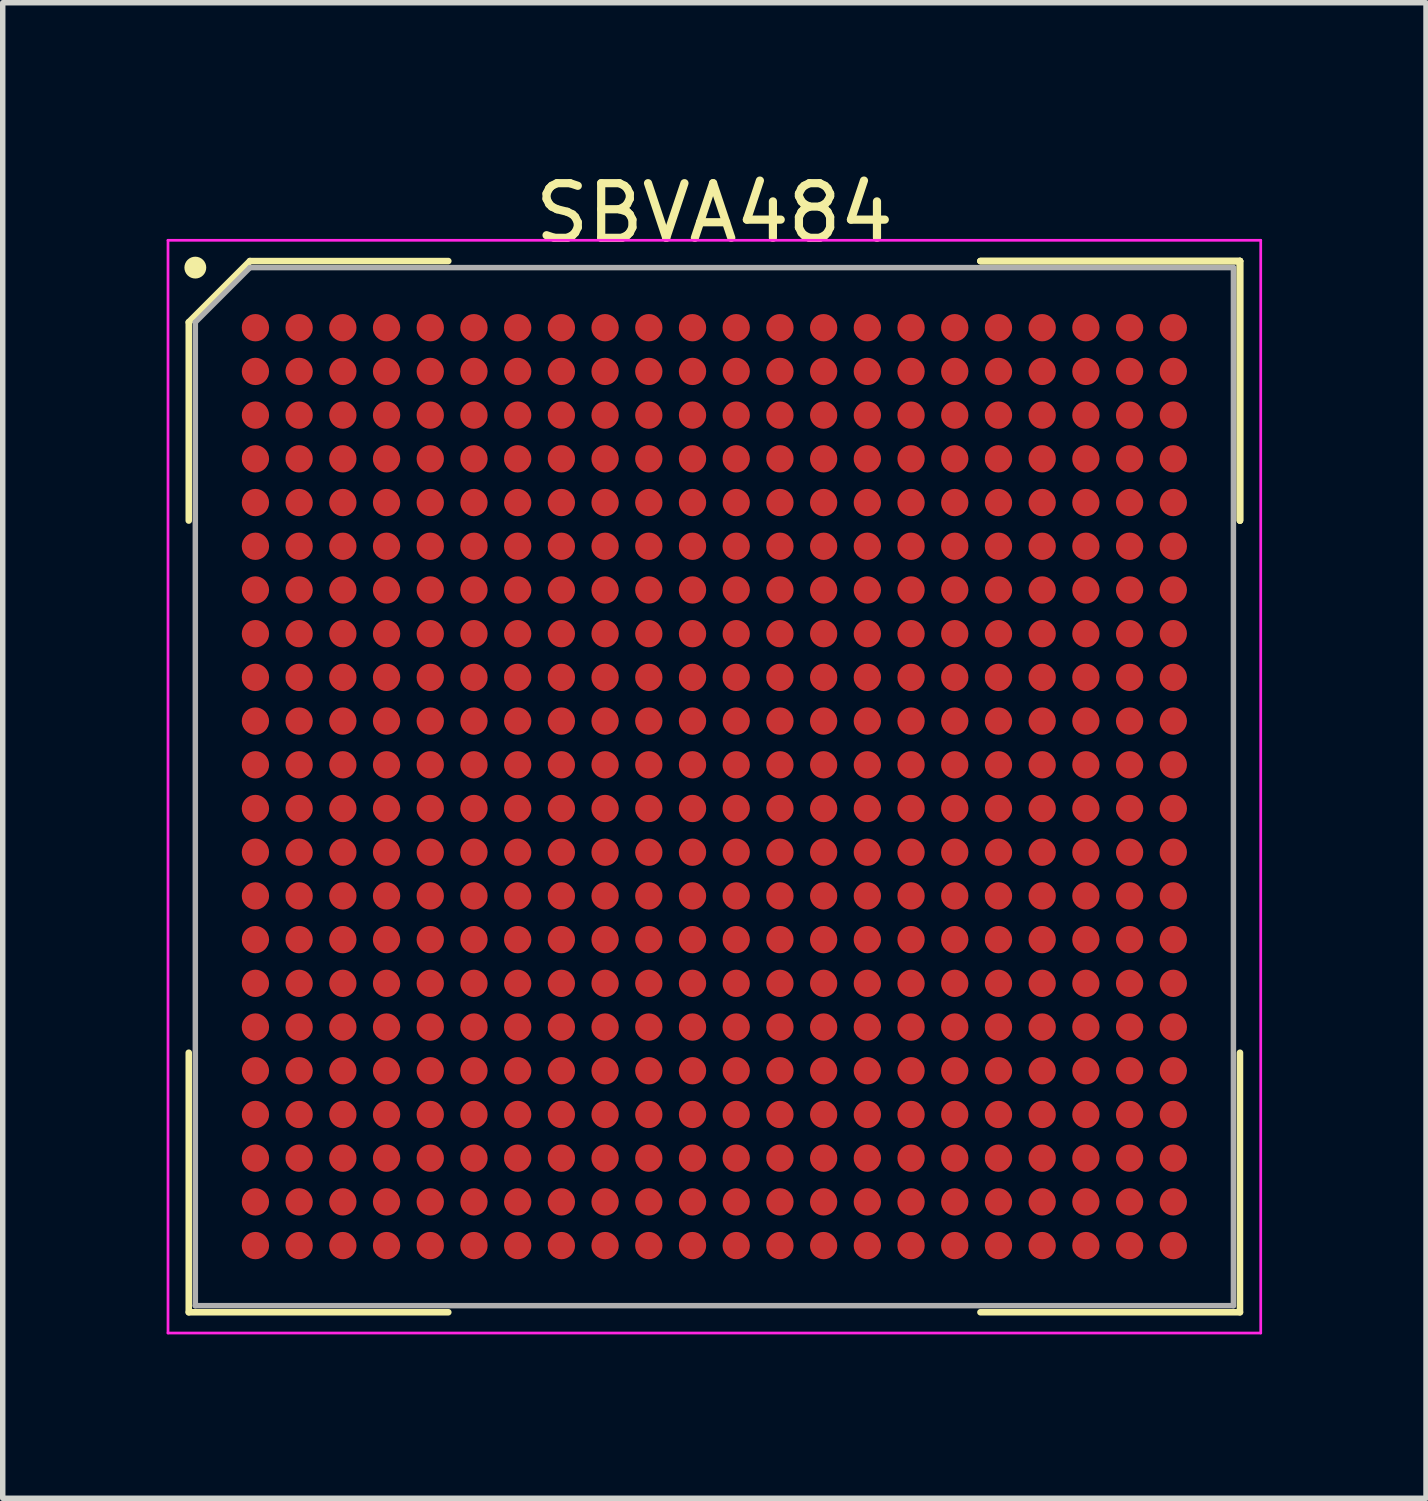
<source format=kicad_pcb>
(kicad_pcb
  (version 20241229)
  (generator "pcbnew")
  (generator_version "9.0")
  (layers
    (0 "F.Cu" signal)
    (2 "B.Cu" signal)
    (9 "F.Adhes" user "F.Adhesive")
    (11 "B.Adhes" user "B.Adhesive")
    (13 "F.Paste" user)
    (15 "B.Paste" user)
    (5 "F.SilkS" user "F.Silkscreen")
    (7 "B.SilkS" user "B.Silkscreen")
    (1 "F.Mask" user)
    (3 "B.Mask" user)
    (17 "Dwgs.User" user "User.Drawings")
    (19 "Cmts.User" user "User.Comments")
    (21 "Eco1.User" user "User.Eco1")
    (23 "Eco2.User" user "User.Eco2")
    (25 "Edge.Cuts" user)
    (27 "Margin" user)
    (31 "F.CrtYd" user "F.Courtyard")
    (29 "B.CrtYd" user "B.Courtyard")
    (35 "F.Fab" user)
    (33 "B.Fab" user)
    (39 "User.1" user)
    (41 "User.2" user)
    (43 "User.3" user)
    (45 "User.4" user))
  (footprint "SBVA484"
    (layer "F.Cu")
    (at 10.025 11.348)
    (property "Reference" "SBVA484" (at 0 -10.5 0) (layer "F.SilkS") (effects (font (size 1 1) (thickness 0.15))))
    (attr smd)
    (fp_line (start -9.62 -8.5) (end -9.62 -4.87) (stroke (width 0.12) (type solid)) (layer "F.SilkS"))
    (fp_line (start -9.62 9.62) (end -9.62 4.87) (stroke (width 0.12) (type solid)) (layer "F.SilkS"))
    (fp_line (start -8.5 -9.62) (end -9.62 -8.5) (stroke (width 0.12) (type solid)) (layer "F.SilkS"))
    (fp_line (start -4.87 -9.62) (end -8.5 -9.62) (stroke (width 0.12) (type solid)) (layer "F.SilkS"))
    (fp_line (start -4.87 9.62) (end -9.62 9.62) (stroke (width 0.12) (type solid)) (layer "F.SilkS"))
    (fp_line (start 4.87 -9.62) (end 9.62 -9.62) (stroke (width 0.12) (type solid)) (layer "F.SilkS"))
    (fp_line (start 4.87 -9.62) (end 9.62 -9.62) (stroke (width 0.12) (type solid)) (layer "F.SilkS"))
    (fp_line (start 4.87 -9.62) (end 9.62 -9.62) (stroke (width 0.12) (type solid)) (layer "F.SilkS"))
    (fp_line (start 4.87 9.62) (end 9.62 9.62) (stroke (width 0.12) (type solid)) (layer "F.SilkS"))
    (fp_line (start 9.62 -9.62) (end 9.62 -4.87) (stroke (width 0.12) (type solid)) (layer "F.SilkS"))
    (fp_line (start 9.62 -9.62) (end 9.62 -4.87) (stroke (width 0.12) (type solid)) (layer "F.SilkS"))
    (fp_line (start 9.62 -9.62) (end 9.62 -4.87) (stroke (width 0.12) (type solid)) (layer "F.SilkS"))
    (fp_line (start 9.62 9.62) (end 9.62 4.87) (stroke (width 0.12) (type solid)) (layer "F.SilkS"))
    (fp_circle (center -9.5 -9.5) (end -9.5 -9.4) (stroke (width 0.2) (type solid)) (fill no) (layer "F.SilkS"))
    (fp_line (start -10 -10) (end 10 -10) (stroke (width 0.05) (type solid)) (layer "F.CrtYd"))
    (fp_line (start -10 10) (end -10 -10) (stroke (width 0.05) (type solid)) (layer "F.CrtYd"))
    (fp_line (start 10 -10) (end 10 10) (stroke (width 0.05) (type solid)) (layer "F.CrtYd"))
    (fp_line (start 10 10) (end -10 10) (stroke (width 0.05) (type solid)) (layer "F.CrtYd"))
    (fp_line (start -9.5 -8.5) (end -9.5 9.5) (stroke (width 0.1) (type solid)) (layer "F.Fab"))
    (fp_line (start -9.5 9.5) (end 9.5 9.5) (stroke (width 0.1) (type solid)) (layer "F.Fab"))
    (fp_line (start -8.5 -9.5) (end -9.5 -8.5) (stroke (width 0.1) (type solid)) (layer "F.Fab"))
    (fp_line (start 9.5 -9.5) (end -8.5 -9.5) (stroke (width 0.1) (type solid)) (layer "F.Fab"))
    (fp_line (start 9.5 9.5) (end 9.5 -9.5) (stroke (width 0.1) (type solid)) (layer "F.Fab"))
    (pad "A1" smd circle (at -8.4 -8.4) (size 0.5 0.5) (layers "F.Cu" "F.Mask" "F.Paste"))
    (pad "A2" smd circle (at -7.6 -8.4) (size 0.5 0.5) (layers "F.Cu" "F.Mask" "F.Paste"))
    (pad "A3" smd circle (at -6.8 -8.4) (size 0.5 0.5) (layers "F.Cu" "F.Mask" "F.Paste"))
    (pad "A4" smd circle (at -6 -8.4) (size 0.5 0.5) (layers "F.Cu" "F.Mask" "F.Paste"))
    (pad "A5" smd circle (at -5.2 -8.4) (size 0.5 0.5) (layers "F.Cu" "F.Mask" "F.Paste"))
    (pad "A6" smd circle (at -4.4 -8.4) (size 0.5 0.5) (layers "F.Cu" "F.Mask" "F.Paste"))
    (pad "A7" smd circle (at -3.6 -8.4) (size 0.5 0.5) (layers "F.Cu" "F.Mask" "F.Paste"))
    (pad "A8" smd circle (at -2.8 -8.4) (size 0.5 0.5) (layers "F.Cu" "F.Mask" "F.Paste"))
    (pad "A9" smd circle (at -2 -8.4) (size 0.5 0.5) (layers "F.Cu" "F.Mask" "F.Paste"))
    (pad "A10" smd circle (at -1.2 -8.4) (size 0.5 0.5) (layers "F.Cu" "F.Mask" "F.Paste"))
    (pad "A11" smd circle (at -0.4 -8.4) (size 0.5 0.5) (layers "F.Cu" "F.Mask" "F.Paste"))
    (pad "A12" smd circle (at 0.4 -8.4) (size 0.5 0.5) (layers "F.Cu" "F.Mask" "F.Paste"))
    (pad "A13" smd circle (at 1.2 -8.4) (size 0.5 0.5) (layers "F.Cu" "F.Mask" "F.Paste"))
    (pad "A14" smd circle (at 2 -8.4) (size 0.5 0.5) (layers "F.Cu" "F.Mask" "F.Paste"))
    (pad "A15" smd circle (at 2.8 -8.4) (size 0.5 0.5) (layers "F.Cu" "F.Mask" "F.Paste"))
    (pad "A16" smd circle (at 3.6 -8.4) (size 0.5 0.5) (layers "F.Cu" "F.Mask" "F.Paste"))
    (pad "A17" smd circle (at 4.4 -8.4) (size 0.5 0.5) (layers "F.Cu" "F.Mask" "F.Paste"))
    (pad "A18" smd circle (at 5.2 -8.4) (size 0.5 0.5) (layers "F.Cu" "F.Mask" "F.Paste"))
    (pad "A19" smd circle (at 6 -8.4) (size 0.5 0.5) (layers "F.Cu" "F.Mask" "F.Paste"))
    (pad "A20" smd circle (at 6.8 -8.4) (size 0.5 0.5) (layers "F.Cu" "F.Mask" "F.Paste"))
    (pad "A21" smd circle (at 7.6 -8.4) (size 0.5 0.5) (layers "F.Cu" "F.Mask" "F.Paste"))
    (pad "A22" smd circle (at 8.4 -8.4) (size 0.5 0.5) (layers "F.Cu" "F.Mask" "F.Paste"))
    (pad "AA1" smd circle (at -8.4 7.6) (size 0.5 0.5) (layers "F.Cu" "F.Mask" "F.Paste"))
    (pad "AA2" smd circle (at -7.6 7.6) (size 0.5 0.5) (layers "F.Cu" "F.Mask" "F.Paste"))
    (pad "AA3" smd circle (at -6.8 7.6) (size 0.5 0.5) (layers "F.Cu" "F.Mask" "F.Paste"))
    (pad "AA4" smd circle (at -6 7.6) (size 0.5 0.5) (layers "F.Cu" "F.Mask" "F.Paste"))
    (pad "AA5" smd circle (at -5.2 7.6) (size 0.5 0.5) (layers "F.Cu" "F.Mask" "F.Paste"))
    (pad "AA6" smd circle (at -4.4 7.6) (size 0.5 0.5) (layers "F.Cu" "F.Mask" "F.Paste"))
    (pad "AA7" smd circle (at -3.6 7.6) (size 0.5 0.5) (layers "F.Cu" "F.Mask" "F.Paste"))
    (pad "AA8" smd circle (at -2.8 7.6) (size 0.5 0.5) (layers "F.Cu" "F.Mask" "F.Paste"))
    (pad "AA9" smd circle (at -2 7.6) (size 0.5 0.5) (layers "F.Cu" "F.Mask" "F.Paste"))
    (pad "AA10" smd circle (at -1.2 7.6) (size 0.5 0.5) (layers "F.Cu" "F.Mask" "F.Paste"))
    (pad "AA11" smd circle (at -0.4 7.6) (size 0.5 0.5) (layers "F.Cu" "F.Mask" "F.Paste"))
    (pad "AA12" smd circle (at 0.4 7.6) (size 0.5 0.5) (layers "F.Cu" "F.Mask" "F.Paste"))
    (pad "AA13" smd circle (at 1.2 7.6) (size 0.5 0.5) (layers "F.Cu" "F.Mask" "F.Paste"))
    (pad "AA14" smd circle (at 2 7.6) (size 0.5 0.5) (layers "F.Cu" "F.Mask" "F.Paste"))
    (pad "AA15" smd circle (at 2.8 7.6) (size 0.5 0.5) (layers "F.Cu" "F.Mask" "F.Paste"))
    (pad "AA16" smd circle (at 3.6 7.6) (size 0.5 0.5) (layers "F.Cu" "F.Mask" "F.Paste"))
    (pad "AA17" smd circle (at 4.4 7.6) (size 0.5 0.5) (layers "F.Cu" "F.Mask" "F.Paste"))
    (pad "AA18" smd circle (at 5.2 7.6) (size 0.5 0.5) (layers "F.Cu" "F.Mask" "F.Paste"))
    (pad "AA19" smd circle (at 6 7.6) (size 0.5 0.5) (layers "F.Cu" "F.Mask" "F.Paste"))
    (pad "AA20" smd circle (at 6.8 7.6) (size 0.5 0.5) (layers "F.Cu" "F.Mask" "F.Paste"))
    (pad "AA21" smd circle (at 7.6 7.6) (size 0.5 0.5) (layers "F.Cu" "F.Mask" "F.Paste"))
    (pad "AA22" smd circle (at 8.4 7.6) (size 0.5 0.5) (layers "F.Cu" "F.Mask" "F.Paste"))
    (pad "AB1" smd circle (at -8.4 8.4) (size 0.5 0.5) (layers "F.Cu" "F.Mask" "F.Paste"))
    (pad "AB2" smd circle (at -7.6 8.4) (size 0.5 0.5) (layers "F.Cu" "F.Mask" "F.Paste"))
    (pad "AB3" smd circle (at -6.8 8.4) (size 0.5 0.5) (layers "F.Cu" "F.Mask" "F.Paste"))
    (pad "AB4" smd circle (at -6 8.4) (size 0.5 0.5) (layers "F.Cu" "F.Mask" "F.Paste"))
    (pad "AB5" smd circle (at -5.2 8.4) (size 0.5 0.5) (layers "F.Cu" "F.Mask" "F.Paste"))
    (pad "AB6" smd circle (at -4.4 8.4) (size 0.5 0.5) (layers "F.Cu" "F.Mask" "F.Paste"))
    (pad "AB7" smd circle (at -3.6 8.4) (size 0.5 0.5) (layers "F.Cu" "F.Mask" "F.Paste"))
    (pad "AB8" smd circle (at -2.8 8.4) (size 0.5 0.5) (layers "F.Cu" "F.Mask" "F.Paste"))
    (pad "AB9" smd circle (at -2 8.4) (size 0.5 0.5) (layers "F.Cu" "F.Mask" "F.Paste"))
    (pad "AB10" smd circle (at -1.2 8.4) (size 0.5 0.5) (layers "F.Cu" "F.Mask" "F.Paste"))
    (pad "AB11" smd circle (at -0.4 8.4) (size 0.5 0.5) (layers "F.Cu" "F.Mask" "F.Paste"))
    (pad "AB12" smd circle (at 0.4 8.4) (size 0.5 0.5) (layers "F.Cu" "F.Mask" "F.Paste"))
    (pad "AB13" smd circle (at 1.2 8.4) (size 0.5 0.5) (layers "F.Cu" "F.Mask" "F.Paste"))
    (pad "AB14" smd circle (at 2 8.4) (size 0.5 0.5) (layers "F.Cu" "F.Mask" "F.Paste"))
    (pad "AB15" smd circle (at 2.8 8.4) (size 0.5 0.5) (layers "F.Cu" "F.Mask" "F.Paste"))
    (pad "AB16" smd circle (at 3.6 8.4) (size 0.5 0.5) (layers "F.Cu" "F.Mask" "F.Paste"))
    (pad "AB17" smd circle (at 4.4 8.4) (size 0.5 0.5) (layers "F.Cu" "F.Mask" "F.Paste"))
    (pad "AB18" smd circle (at 5.2 8.4) (size 0.5 0.5) (layers "F.Cu" "F.Mask" "F.Paste"))
    (pad "AB19" smd circle (at 6 8.4) (size 0.5 0.5) (layers "F.Cu" "F.Mask" "F.Paste"))
    (pad "AB20" smd circle (at 6.8 8.4) (size 0.5 0.5) (layers "F.Cu" "F.Mask" "F.Paste"))
    (pad "AB21" smd circle (at 7.6 8.4) (size 0.5 0.5) (layers "F.Cu" "F.Mask" "F.Paste"))
    (pad "AB22" smd circle (at 8.4 8.4) (size 0.5 0.5) (layers "F.Cu" "F.Mask" "F.Paste"))
    (pad "B1" smd circle (at -8.4 -7.6) (size 0.5 0.5) (layers "F.Cu" "F.Mask" "F.Paste"))
    (pad "B2" smd circle (at -7.6 -7.6) (size 0.5 0.5) (layers "F.Cu" "F.Mask" "F.Paste"))
    (pad "B3" smd circle (at -6.8 -7.6) (size 0.5 0.5) (layers "F.Cu" "F.Mask" "F.Paste"))
    (pad "B4" smd circle (at -6 -7.6) (size 0.5 0.5) (layers "F.Cu" "F.Mask" "F.Paste"))
    (pad "B5" smd circle (at -5.2 -7.6) (size 0.5 0.5) (layers "F.Cu" "F.Mask" "F.Paste"))
    (pad "B6" smd circle (at -4.4 -7.6) (size 0.5 0.5) (layers "F.Cu" "F.Mask" "F.Paste"))
    (pad "B7" smd circle (at -3.6 -7.6) (size 0.5 0.5) (layers "F.Cu" "F.Mask" "F.Paste"))
    (pad "B8" smd circle (at -2.8 -7.6) (size 0.5 0.5) (layers "F.Cu" "F.Mask" "F.Paste"))
    (pad "B9" smd circle (at -2 -7.6) (size 0.5 0.5) (layers "F.Cu" "F.Mask" "F.Paste"))
    (pad "B10" smd circle (at -1.2 -7.6) (size 0.5 0.5) (layers "F.Cu" "F.Mask" "F.Paste"))
    (pad "B11" smd circle (at -0.4 -7.6) (size 0.5 0.5) (layers "F.Cu" "F.Mask" "F.Paste"))
    (pad "B12" smd circle (at 0.4 -7.6) (size 0.5 0.5) (layers "F.Cu" "F.Mask" "F.Paste"))
    (pad "B13" smd circle (at 1.2 -7.6) (size 0.5 0.5) (layers "F.Cu" "F.Mask" "F.Paste"))
    (pad "B14" smd circle (at 2 -7.6) (size 0.5 0.5) (layers "F.Cu" "F.Mask" "F.Paste"))
    (pad "B15" smd circle (at 2.8 -7.6) (size 0.5 0.5) (layers "F.Cu" "F.Mask" "F.Paste"))
    (pad "B16" smd circle (at 3.6 -7.6) (size 0.5 0.5) (layers "F.Cu" "F.Mask" "F.Paste"))
    (pad "B17" smd circle (at 4.4 -7.6) (size 0.5 0.5) (layers "F.Cu" "F.Mask" "F.Paste"))
    (pad "B18" smd circle (at 5.2 -7.6) (size 0.5 0.5) (layers "F.Cu" "F.Mask" "F.Paste"))
    (pad "B19" smd circle (at 6 -7.6) (size 0.5 0.5) (layers "F.Cu" "F.Mask" "F.Paste"))
    (pad "B20" smd circle (at 6.8 -7.6) (size 0.5 0.5) (layers "F.Cu" "F.Mask" "F.Paste"))
    (pad "B21" smd circle (at 7.6 -7.6) (size 0.5 0.5) (layers "F.Cu" "F.Mask" "F.Paste"))
    (pad "B22" smd circle (at 8.4 -7.6) (size 0.5 0.5) (layers "F.Cu" "F.Mask" "F.Paste"))
    (pad "C1" smd circle (at -8.4 -6.8) (size 0.5 0.5) (layers "F.Cu" "F.Mask" "F.Paste"))
    (pad "C2" smd circle (at -7.6 -6.8) (size 0.5 0.5) (layers "F.Cu" "F.Mask" "F.Paste"))
    (pad "C3" smd circle (at -6.8 -6.8) (size 0.5 0.5) (layers "F.Cu" "F.Mask" "F.Paste"))
    (pad "C4" smd circle (at -6 -6.8) (size 0.5 0.5) (layers "F.Cu" "F.Mask" "F.Paste"))
    (pad "C5" smd circle (at -5.2 -6.8) (size 0.5 0.5) (layers "F.Cu" "F.Mask" "F.Paste"))
    (pad "C6" smd circle (at -4.4 -6.8) (size 0.5 0.5) (layers "F.Cu" "F.Mask" "F.Paste"))
    (pad "C7" smd circle (at -3.6 -6.8) (size 0.5 0.5) (layers "F.Cu" "F.Mask" "F.Paste"))
    (pad "C8" smd circle (at -2.8 -6.8) (size 0.5 0.5) (layers "F.Cu" "F.Mask" "F.Paste"))
    (pad "C9" smd circle (at -2 -6.8) (size 0.5 0.5) (layers "F.Cu" "F.Mask" "F.Paste"))
    (pad "C10" smd circle (at -1.2 -6.8) (size 0.5 0.5) (layers "F.Cu" "F.Mask" "F.Paste"))
    (pad "C11" smd circle (at -0.4 -6.8) (size 0.5 0.5) (layers "F.Cu" "F.Mask" "F.Paste"))
    (pad "C12" smd circle (at 0.4 -6.8) (size 0.5 0.5) (layers "F.Cu" "F.Mask" "F.Paste"))
    (pad "C13" smd circle (at 1.2 -6.8) (size 0.5 0.5) (layers "F.Cu" "F.Mask" "F.Paste"))
    (pad "C14" smd circle (at 2 -6.8) (size 0.5 0.5) (layers "F.Cu" "F.Mask" "F.Paste"))
    (pad "C15" smd circle (at 2.8 -6.8) (size 0.5 0.5) (layers "F.Cu" "F.Mask" "F.Paste"))
    (pad "C16" smd circle (at 3.6 -6.8) (size 0.5 0.5) (layers "F.Cu" "F.Mask" "F.Paste"))
    (pad "C17" smd circle (at 4.4 -6.8) (size 0.5 0.5) (layers "F.Cu" "F.Mask" "F.Paste"))
    (pad "C18" smd circle (at 5.2 -6.8) (size 0.5 0.5) (layers "F.Cu" "F.Mask" "F.Paste"))
    (pad "C19" smd circle (at 6 -6.8) (size 0.5 0.5) (layers "F.Cu" "F.Mask" "F.Paste"))
    (pad "C20" smd circle (at 6.8 -6.8) (size 0.5 0.5) (layers "F.Cu" "F.Mask" "F.Paste"))
    (pad "C21" smd circle (at 7.6 -6.8) (size 0.5 0.5) (layers "F.Cu" "F.Mask" "F.Paste"))
    (pad "C22" smd circle (at 8.4 -6.8) (size 0.5 0.5) (layers "F.Cu" "F.Mask" "F.Paste"))
    (pad "D1" smd circle (at -8.4 -6) (size 0.5 0.5) (layers "F.Cu" "F.Mask" "F.Paste"))
    (pad "D2" smd circle (at -7.6 -6) (size 0.5 0.5) (layers "F.Cu" "F.Mask" "F.Paste"))
    (pad "D3" smd circle (at -6.8 -6) (size 0.5 0.5) (layers "F.Cu" "F.Mask" "F.Paste"))
    (pad "D4" smd circle (at -6 -6) (size 0.5 0.5) (layers "F.Cu" "F.Mask" "F.Paste"))
    (pad "D5" smd circle (at -5.2 -6) (size 0.5 0.5) (layers "F.Cu" "F.Mask" "F.Paste"))
    (pad "D6" smd circle (at -4.4 -6) (size 0.5 0.5) (layers "F.Cu" "F.Mask" "F.Paste"))
    (pad "D7" smd circle (at -3.6 -6) (size 0.5 0.5) (layers "F.Cu" "F.Mask" "F.Paste"))
    (pad "D8" smd circle (at -2.8 -6) (size 0.5 0.5) (layers "F.Cu" "F.Mask" "F.Paste"))
    (pad "D9" smd circle (at -2 -6) (size 0.5 0.5) (layers "F.Cu" "F.Mask" "F.Paste"))
    (pad "D10" smd circle (at -1.2 -6) (size 0.5 0.5) (layers "F.Cu" "F.Mask" "F.Paste"))
    (pad "D11" smd circle (at -0.4 -6) (size 0.5 0.5) (layers "F.Cu" "F.Mask" "F.Paste"))
    (pad "D12" smd circle (at 0.4 -6) (size 0.5 0.5) (layers "F.Cu" "F.Mask" "F.Paste"))
    (pad "D13" smd circle (at 1.2 -6) (size 0.5 0.5) (layers "F.Cu" "F.Mask" "F.Paste"))
    (pad "D14" smd circle (at 2 -6) (size 0.5 0.5) (layers "F.Cu" "F.Mask" "F.Paste"))
    (pad "D15" smd circle (at 2.8 -6) (size 0.5 0.5) (layers "F.Cu" "F.Mask" "F.Paste"))
    (pad "D16" smd circle (at 3.6 -6) (size 0.5 0.5) (layers "F.Cu" "F.Mask" "F.Paste"))
    (pad "D17" smd circle (at 4.4 -6) (size 0.5 0.5) (layers "F.Cu" "F.Mask" "F.Paste"))
    (pad "D18" smd circle (at 5.2 -6) (size 0.5 0.5) (layers "F.Cu" "F.Mask" "F.Paste"))
    (pad "D19" smd circle (at 6 -6) (size 0.5 0.5) (layers "F.Cu" "F.Mask" "F.Paste"))
    (pad "D20" smd circle (at 6.8 -6) (size 0.5 0.5) (layers "F.Cu" "F.Mask" "F.Paste"))
    (pad "D21" smd circle (at 7.6 -6) (size 0.5 0.5) (layers "F.Cu" "F.Mask" "F.Paste"))
    (pad "D22" smd circle (at 8.4 -6) (size 0.5 0.5) (layers "F.Cu" "F.Mask" "F.Paste"))
    (pad "E1" smd circle (at -8.4 -5.2) (size 0.5 0.5) (layers "F.Cu" "F.Mask" "F.Paste"))
    (pad "E2" smd circle (at -7.6 -5.2) (size 0.5 0.5) (layers "F.Cu" "F.Mask" "F.Paste"))
    (pad "E3" smd circle (at -6.8 -5.2) (size 0.5 0.5) (layers "F.Cu" "F.Mask" "F.Paste"))
    (pad "E4" smd circle (at -6 -5.2) (size 0.5 0.5) (layers "F.Cu" "F.Mask" "F.Paste"))
    (pad "E5" smd circle (at -5.2 -5.2) (size 0.5 0.5) (layers "F.Cu" "F.Mask" "F.Paste"))
    (pad "E6" smd circle (at -4.4 -5.2) (size 0.5 0.5) (layers "F.Cu" "F.Mask" "F.Paste"))
    (pad "E7" smd circle (at -3.6 -5.2) (size 0.5 0.5) (layers "F.Cu" "F.Mask" "F.Paste"))
    (pad "E8" smd circle (at -2.8 -5.2) (size 0.5 0.5) (layers "F.Cu" "F.Mask" "F.Paste"))
    (pad "E9" smd circle (at -2 -5.2) (size 0.5 0.5) (layers "F.Cu" "F.Mask" "F.Paste"))
    (pad "E10" smd circle (at -1.2 -5.2) (size 0.5 0.5) (layers "F.Cu" "F.Mask" "F.Paste"))
    (pad "E11" smd circle (at -0.4 -5.2) (size 0.5 0.5) (layers "F.Cu" "F.Mask" "F.Paste"))
    (pad "E12" smd circle (at 0.4 -5.2) (size 0.5 0.5) (layers "F.Cu" "F.Mask" "F.Paste"))
    (pad "E13" smd circle (at 1.2 -5.2) (size 0.5 0.5) (layers "F.Cu" "F.Mask" "F.Paste"))
    (pad "E14" smd circle (at 2 -5.2) (size 0.5 0.5) (layers "F.Cu" "F.Mask" "F.Paste"))
    (pad "E15" smd circle (at 2.8 -5.2) (size 0.5 0.5) (layers "F.Cu" "F.Mask" "F.Paste"))
    (pad "E16" smd circle (at 3.6 -5.2) (size 0.5 0.5) (layers "F.Cu" "F.Mask" "F.Paste"))
    (pad "E17" smd circle (at 4.4 -5.2) (size 0.5 0.5) (layers "F.Cu" "F.Mask" "F.Paste"))
    (pad "E18" smd circle (at 5.2 -5.2) (size 0.5 0.5) (layers "F.Cu" "F.Mask" "F.Paste"))
    (pad "E19" smd circle (at 6 -5.2) (size 0.5 0.5) (layers "F.Cu" "F.Mask" "F.Paste"))
    (pad "E20" smd circle (at 6.8 -5.2) (size 0.5 0.5) (layers "F.Cu" "F.Mask" "F.Paste"))
    (pad "E21" smd circle (at 7.6 -5.2) (size 0.5 0.5) (layers "F.Cu" "F.Mask" "F.Paste"))
    (pad "E22" smd circle (at 8.4 -5.2) (size 0.5 0.5) (layers "F.Cu" "F.Mask" "F.Paste"))
    (pad "F1" smd circle (at -8.4 -4.4) (size 0.5 0.5) (layers "F.Cu" "F.Mask" "F.Paste"))
    (pad "F2" smd circle (at -7.6 -4.4) (size 0.5 0.5) (layers "F.Cu" "F.Mask" "F.Paste"))
    (pad "F3" smd circle (at -6.8 -4.4) (size 0.5 0.5) (layers "F.Cu" "F.Mask" "F.Paste"))
    (pad "F4" smd circle (at -6 -4.4) (size 0.5 0.5) (layers "F.Cu" "F.Mask" "F.Paste"))
    (pad "F5" smd circle (at -5.2 -4.4) (size 0.5 0.5) (layers "F.Cu" "F.Mask" "F.Paste"))
    (pad "F6" smd circle (at -4.4 -4.4) (size 0.5 0.5) (layers "F.Cu" "F.Mask" "F.Paste"))
    (pad "F7" smd circle (at -3.6 -4.4) (size 0.5 0.5) (layers "F.Cu" "F.Mask" "F.Paste"))
    (pad "F8" smd circle (at -2.8 -4.4) (size 0.5 0.5) (layers "F.Cu" "F.Mask" "F.Paste"))
    (pad "F9" smd circle (at -2 -4.4) (size 0.5 0.5) (layers "F.Cu" "F.Mask" "F.Paste"))
    (pad "F10" smd circle (at -1.2 -4.4) (size 0.5 0.5) (layers "F.Cu" "F.Mask" "F.Paste"))
    (pad "F11" smd circle (at -0.4 -4.4) (size 0.5 0.5) (layers "F.Cu" "F.Mask" "F.Paste"))
    (pad "F12" smd circle (at 0.4 -4.4) (size 0.5 0.5) (layers "F.Cu" "F.Mask" "F.Paste"))
    (pad "F13" smd circle (at 1.2 -4.4) (size 0.5 0.5) (layers "F.Cu" "F.Mask" "F.Paste"))
    (pad "F14" smd circle (at 2 -4.4) (size 0.5 0.5) (layers "F.Cu" "F.Mask" "F.Paste"))
    (pad "F15" smd circle (at 2.8 -4.4) (size 0.5 0.5) (layers "F.Cu" "F.Mask" "F.Paste"))
    (pad "F16" smd circle (at 3.6 -4.4) (size 0.5 0.5) (layers "F.Cu" "F.Mask" "F.Paste"))
    (pad "F17" smd circle (at 4.4 -4.4) (size 0.5 0.5) (layers "F.Cu" "F.Mask" "F.Paste"))
    (pad "F18" smd circle (at 5.2 -4.4) (size 0.5 0.5) (layers "F.Cu" "F.Mask" "F.Paste"))
    (pad "F19" smd circle (at 6 -4.4) (size 0.5 0.5) (layers "F.Cu" "F.Mask" "F.Paste"))
    (pad "F20" smd circle (at 6.8 -4.4) (size 0.5 0.5) (layers "F.Cu" "F.Mask" "F.Paste"))
    (pad "F21" smd circle (at 7.6 -4.4) (size 0.5 0.5) (layers "F.Cu" "F.Mask" "F.Paste"))
    (pad "F22" smd circle (at 8.4 -4.4) (size 0.5 0.5) (layers "F.Cu" "F.Mask" "F.Paste"))
    (pad "G1" smd circle (at -8.4 -3.6) (size 0.5 0.5) (layers "F.Cu" "F.Mask" "F.Paste"))
    (pad "G2" smd circle (at -7.6 -3.6) (size 0.5 0.5) (layers "F.Cu" "F.Mask" "F.Paste"))
    (pad "G3" smd circle (at -6.8 -3.6) (size 0.5 0.5) (layers "F.Cu" "F.Mask" "F.Paste"))
    (pad "G4" smd circle (at -6 -3.6) (size 0.5 0.5) (layers "F.Cu" "F.Mask" "F.Paste"))
    (pad "G5" smd circle (at -5.2 -3.6) (size 0.5 0.5) (layers "F.Cu" "F.Mask" "F.Paste"))
    (pad "G6" smd circle (at -4.4 -3.6) (size 0.5 0.5) (layers "F.Cu" "F.Mask" "F.Paste"))
    (pad "G7" smd circle (at -3.6 -3.6) (size 0.5 0.5) (layers "F.Cu" "F.Mask" "F.Paste"))
    (pad "G8" smd circle (at -2.8 -3.6) (size 0.5 0.5) (layers "F.Cu" "F.Mask" "F.Paste"))
    (pad "G9" smd circle (at -2 -3.6) (size 0.5 0.5) (layers "F.Cu" "F.Mask" "F.Paste"))
    (pad "G10" smd circle (at -1.2 -3.6) (size 0.5 0.5) (layers "F.Cu" "F.Mask" "F.Paste"))
    (pad "G11" smd circle (at -0.4 -3.6) (size 0.5 0.5) (layers "F.Cu" "F.Mask" "F.Paste"))
    (pad "G12" smd circle (at 0.4 -3.6) (size 0.5 0.5) (layers "F.Cu" "F.Mask" "F.Paste"))
    (pad "G13" smd circle (at 1.2 -3.6) (size 0.5 0.5) (layers "F.Cu" "F.Mask" "F.Paste"))
    (pad "G14" smd circle (at 2 -3.6) (size 0.5 0.5) (layers "F.Cu" "F.Mask" "F.Paste"))
    (pad "G15" smd circle (at 2.8 -3.6) (size 0.5 0.5) (layers "F.Cu" "F.Mask" "F.Paste"))
    (pad "G16" smd circle (at 3.6 -3.6) (size 0.5 0.5) (layers "F.Cu" "F.Mask" "F.Paste"))
    (pad "G17" smd circle (at 4.4 -3.6) (size 0.5 0.5) (layers "F.Cu" "F.Mask" "F.Paste"))
    (pad "G18" smd circle (at 5.2 -3.6) (size 0.5 0.5) (layers "F.Cu" "F.Mask" "F.Paste"))
    (pad "G19" smd circle (at 6 -3.6) (size 0.5 0.5) (layers "F.Cu" "F.Mask" "F.Paste"))
    (pad "G20" smd circle (at 6.8 -3.6) (size 0.5 0.5) (layers "F.Cu" "F.Mask" "F.Paste"))
    (pad "G21" smd circle (at 7.6 -3.6) (size 0.5 0.5) (layers "F.Cu" "F.Mask" "F.Paste"))
    (pad "G22" smd circle (at 8.4 -3.6) (size 0.5 0.5) (layers "F.Cu" "F.Mask" "F.Paste"))
    (pad "H1" smd circle (at -8.4 -2.8) (size 0.5 0.5) (layers "F.Cu" "F.Mask" "F.Paste"))
    (pad "H2" smd circle (at -7.6 -2.8) (size 0.5 0.5) (layers "F.Cu" "F.Mask" "F.Paste"))
    (pad "H3" smd circle (at -6.8 -2.8) (size 0.5 0.5) (layers "F.Cu" "F.Mask" "F.Paste"))
    (pad "H4" smd circle (at -6 -2.8) (size 0.5 0.5) (layers "F.Cu" "F.Mask" "F.Paste"))
    (pad "H5" smd circle (at -5.2 -2.8) (size 0.5 0.5) (layers "F.Cu" "F.Mask" "F.Paste"))
    (pad "H6" smd circle (at -4.4 -2.8) (size 0.5 0.5) (layers "F.Cu" "F.Mask" "F.Paste"))
    (pad "H7" smd circle (at -3.6 -2.8) (size 0.5 0.5) (layers "F.Cu" "F.Mask" "F.Paste"))
    (pad "H8" smd circle (at -2.8 -2.8) (size 0.5 0.5) (layers "F.Cu" "F.Mask" "F.Paste"))
    (pad "H9" smd circle (at -2 -2.8) (size 0.5 0.5) (layers "F.Cu" "F.Mask" "F.Paste"))
    (pad "H10" smd circle (at -1.2 -2.8) (size 0.5 0.5) (layers "F.Cu" "F.Mask" "F.Paste"))
    (pad "H11" smd circle (at -0.4 -2.8) (size 0.5 0.5) (layers "F.Cu" "F.Mask" "F.Paste"))
    (pad "H12" smd circle (at 0.4 -2.8) (size 0.5 0.5) (layers "F.Cu" "F.Mask" "F.Paste"))
    (pad "H13" smd circle (at 1.2 -2.8) (size 0.5 0.5) (layers "F.Cu" "F.Mask" "F.Paste"))
    (pad "H14" smd circle (at 2 -2.8) (size 0.5 0.5) (layers "F.Cu" "F.Mask" "F.Paste"))
    (pad "H15" smd circle (at 2.8 -2.8) (size 0.5 0.5) (layers "F.Cu" "F.Mask" "F.Paste"))
    (pad "H16" smd circle (at 3.6 -2.8) (size 0.5 0.5) (layers "F.Cu" "F.Mask" "F.Paste"))
    (pad "H17" smd circle (at 4.4 -2.8) (size 0.5 0.5) (layers "F.Cu" "F.Mask" "F.Paste"))
    (pad "H18" smd circle (at 5.2 -2.8) (size 0.5 0.5) (layers "F.Cu" "F.Mask" "F.Paste"))
    (pad "H19" smd circle (at 6 -2.8) (size 0.5 0.5) (layers "F.Cu" "F.Mask" "F.Paste"))
    (pad "H20" smd circle (at 6.8 -2.8) (size 0.5 0.5) (layers "F.Cu" "F.Mask" "F.Paste"))
    (pad "H21" smd circle (at 7.6 -2.8) (size 0.5 0.5) (layers "F.Cu" "F.Mask" "F.Paste"))
    (pad "H22" smd circle (at 8.4 -2.8) (size 0.5 0.5) (layers "F.Cu" "F.Mask" "F.Paste"))
    (pad "J1" smd circle (at -8.4 -2) (size 0.5 0.5) (layers "F.Cu" "F.Mask" "F.Paste"))
    (pad "J2" smd circle (at -7.6 -2) (size 0.5 0.5) (layers "F.Cu" "F.Mask" "F.Paste"))
    (pad "J3" smd circle (at -6.8 -2) (size 0.5 0.5) (layers "F.Cu" "F.Mask" "F.Paste"))
    (pad "J4" smd circle (at -6 -2) (size 0.5 0.5) (layers "F.Cu" "F.Mask" "F.Paste"))
    (pad "J5" smd circle (at -5.2 -2) (size 0.5 0.5) (layers "F.Cu" "F.Mask" "F.Paste"))
    (pad "J6" smd circle (at -4.4 -2) (size 0.5 0.5) (layers "F.Cu" "F.Mask" "F.Paste"))
    (pad "J7" smd circle (at -3.6 -2) (size 0.5 0.5) (layers "F.Cu" "F.Mask" "F.Paste"))
    (pad "J8" smd circle (at -2.8 -2) (size 0.5 0.5) (layers "F.Cu" "F.Mask" "F.Paste"))
    (pad "J9" smd circle (at -2 -2) (size 0.5 0.5) (layers "F.Cu" "F.Mask" "F.Paste"))
    (pad "J10" smd circle (at -1.2 -2) (size 0.5 0.5) (layers "F.Cu" "F.Mask" "F.Paste"))
    (pad "J11" smd circle (at -0.4 -2) (size 0.5 0.5) (layers "F.Cu" "F.Mask" "F.Paste"))
    (pad "J12" smd circle (at 0.4 -2) (size 0.5 0.5) (layers "F.Cu" "F.Mask" "F.Paste"))
    (pad "J13" smd circle (at 1.2 -2) (size 0.5 0.5) (layers "F.Cu" "F.Mask" "F.Paste"))
    (pad "J14" smd circle (at 2 -2) (size 0.5 0.5) (layers "F.Cu" "F.Mask" "F.Paste"))
    (pad "J15" smd circle (at 2.8 -2) (size 0.5 0.5) (layers "F.Cu" "F.Mask" "F.Paste"))
    (pad "J16" smd circle (at 3.6 -2) (size 0.5 0.5) (layers "F.Cu" "F.Mask" "F.Paste"))
    (pad "J17" smd circle (at 4.4 -2) (size 0.5 0.5) (layers "F.Cu" "F.Mask" "F.Paste"))
    (pad "J18" smd circle (at 5.2 -2) (size 0.5 0.5) (layers "F.Cu" "F.Mask" "F.Paste"))
    (pad "J19" smd circle (at 6 -2) (size 0.5 0.5) (layers "F.Cu" "F.Mask" "F.Paste"))
    (pad "J20" smd circle (at 6.8 -2) (size 0.5 0.5) (layers "F.Cu" "F.Mask" "F.Paste"))
    (pad "J21" smd circle (at 7.6 -2) (size 0.5 0.5) (layers "F.Cu" "F.Mask" "F.Paste"))
    (pad "J22" smd circle (at 8.4 -2) (size 0.5 0.5) (layers "F.Cu" "F.Mask" "F.Paste"))
    (pad "K1" smd circle (at -8.4 -1.2) (size 0.5 0.5) (layers "F.Cu" "F.Mask" "F.Paste"))
    (pad "K2" smd circle (at -7.6 -1.2) (size 0.5 0.5) (layers "F.Cu" "F.Mask" "F.Paste"))
    (pad "K3" smd circle (at -6.8 -1.2) (size 0.5 0.5) (layers "F.Cu" "F.Mask" "F.Paste"))
    (pad "K4" smd circle (at -6 -1.2) (size 0.5 0.5) (layers "F.Cu" "F.Mask" "F.Paste"))
    (pad "K5" smd circle (at -5.2 -1.2) (size 0.5 0.5) (layers "F.Cu" "F.Mask" "F.Paste"))
    (pad "K6" smd circle (at -4.4 -1.2) (size 0.5 0.5) (layers "F.Cu" "F.Mask" "F.Paste"))
    (pad "K7" smd circle (at -3.6 -1.2) (size 0.5 0.5) (layers "F.Cu" "F.Mask" "F.Paste"))
    (pad "K8" smd circle (at -2.8 -1.2) (size 0.5 0.5) (layers "F.Cu" "F.Mask" "F.Paste"))
    (pad "K9" smd circle (at -2 -1.2) (size 0.5 0.5) (layers "F.Cu" "F.Mask" "F.Paste"))
    (pad "K10" smd circle (at -1.2 -1.2) (size 0.5 0.5) (layers "F.Cu" "F.Mask" "F.Paste"))
    (pad "K11" smd circle (at -0.4 -1.2) (size 0.5 0.5) (layers "F.Cu" "F.Mask" "F.Paste"))
    (pad "K12" smd circle (at 0.4 -1.2) (size 0.5 0.5) (layers "F.Cu" "F.Mask" "F.Paste"))
    (pad "K13" smd circle (at 1.2 -1.2) (size 0.5 0.5) (layers "F.Cu" "F.Mask" "F.Paste"))
    (pad "K14" smd circle (at 2 -1.2) (size 0.5 0.5) (layers "F.Cu" "F.Mask" "F.Paste"))
    (pad "K15" smd circle (at 2.8 -1.2) (size 0.5 0.5) (layers "F.Cu" "F.Mask" "F.Paste"))
    (pad "K16" smd circle (at 3.6 -1.2) (size 0.5 0.5) (layers "F.Cu" "F.Mask" "F.Paste"))
    (pad "K17" smd circle (at 4.4 -1.2) (size 0.5 0.5) (layers "F.Cu" "F.Mask" "F.Paste"))
    (pad "K18" smd circle (at 5.2 -1.2) (size 0.5 0.5) (layers "F.Cu" "F.Mask" "F.Paste"))
    (pad "K19" smd circle (at 6 -1.2) (size 0.5 0.5) (layers "F.Cu" "F.Mask" "F.Paste"))
    (pad "K20" smd circle (at 6.8 -1.2) (size 0.5 0.5) (layers "F.Cu" "F.Mask" "F.Paste"))
    (pad "K21" smd circle (at 7.6 -1.2) (size 0.5 0.5) (layers "F.Cu" "F.Mask" "F.Paste"))
    (pad "K22" smd circle (at 8.4 -1.2) (size 0.5 0.5) (layers "F.Cu" "F.Mask" "F.Paste"))
    (pad "L1" smd circle (at -8.4 -0.4) (size 0.5 0.5) (layers "F.Cu" "F.Mask" "F.Paste"))
    (pad "L2" smd circle (at -7.6 -0.4) (size 0.5 0.5) (layers "F.Cu" "F.Mask" "F.Paste"))
    (pad "L3" smd circle (at -6.8 -0.4) (size 0.5 0.5) (layers "F.Cu" "F.Mask" "F.Paste"))
    (pad "L4" smd circle (at -6 -0.4) (size 0.5 0.5) (layers "F.Cu" "F.Mask" "F.Paste"))
    (pad "L5" smd circle (at -5.2 -0.4) (size 0.5 0.5) (layers "F.Cu" "F.Mask" "F.Paste"))
    (pad "L6" smd circle (at -4.4 -0.4) (size 0.5 0.5) (layers "F.Cu" "F.Mask" "F.Paste"))
    (pad "L7" smd circle (at -3.6 -0.4) (size 0.5 0.5) (layers "F.Cu" "F.Mask" "F.Paste"))
    (pad "L8" smd circle (at -2.8 -0.4) (size 0.5 0.5) (layers "F.Cu" "F.Mask" "F.Paste"))
    (pad "L9" smd circle (at -2 -0.4) (size 0.5 0.5) (layers "F.Cu" "F.Mask" "F.Paste"))
    (pad "L10" smd circle (at -1.2 -0.4) (size 0.5 0.5) (layers "F.Cu" "F.Mask" "F.Paste"))
    (pad "L11" smd circle (at -0.4 -0.4) (size 0.5 0.5) (layers "F.Cu" "F.Mask" "F.Paste"))
    (pad "L12" smd circle (at 0.4 -0.4) (size 0.5 0.5) (layers "F.Cu" "F.Mask" "F.Paste"))
    (pad "L13" smd circle (at 1.2 -0.4) (size 0.5 0.5) (layers "F.Cu" "F.Mask" "F.Paste"))
    (pad "L14" smd circle (at 2 -0.4) (size 0.5 0.5) (layers "F.Cu" "F.Mask" "F.Paste"))
    (pad "L15" smd circle (at 2.8 -0.4) (size 0.5 0.5) (layers "F.Cu" "F.Mask" "F.Paste"))
    (pad "L16" smd circle (at 3.6 -0.4) (size 0.5 0.5) (layers "F.Cu" "F.Mask" "F.Paste"))
    (pad "L17" smd circle (at 4.4 -0.4) (size 0.5 0.5) (layers "F.Cu" "F.Mask" "F.Paste"))
    (pad "L18" smd circle (at 5.2 -0.4) (size 0.5 0.5) (layers "F.Cu" "F.Mask" "F.Paste"))
    (pad "L19" smd circle (at 6 -0.4) (size 0.5 0.5) (layers "F.Cu" "F.Mask" "F.Paste"))
    (pad "L20" smd circle (at 6.8 -0.4) (size 0.5 0.5) (layers "F.Cu" "F.Mask" "F.Paste"))
    (pad "L21" smd circle (at 7.6 -0.4) (size 0.5 0.5) (layers "F.Cu" "F.Mask" "F.Paste"))
    (pad "L22" smd circle (at 8.4 -0.4) (size 0.5 0.5) (layers "F.Cu" "F.Mask" "F.Paste"))
    (pad "M1" smd circle (at -8.4 0.4) (size 0.5 0.5) (layers "F.Cu" "F.Mask" "F.Paste"))
    (pad "M2" smd circle (at -7.6 0.4) (size 0.5 0.5) (layers "F.Cu" "F.Mask" "F.Paste"))
    (pad "M3" smd circle (at -6.8 0.4) (size 0.5 0.5) (layers "F.Cu" "F.Mask" "F.Paste"))
    (pad "M4" smd circle (at -6 0.4) (size 0.5 0.5) (layers "F.Cu" "F.Mask" "F.Paste"))
    (pad "M5" smd circle (at -5.2 0.4) (size 0.5 0.5) (layers "F.Cu" "F.Mask" "F.Paste"))
    (pad "M6" smd circle (at -4.4 0.4) (size 0.5 0.5) (layers "F.Cu" "F.Mask" "F.Paste"))
    (pad "M7" smd circle (at -3.6 0.4) (size 0.5 0.5) (layers "F.Cu" "F.Mask" "F.Paste"))
    (pad "M8" smd circle (at -2.8 0.4) (size 0.5 0.5) (layers "F.Cu" "F.Mask" "F.Paste"))
    (pad "M9" smd circle (at -2 0.4) (size 0.5 0.5) (layers "F.Cu" "F.Mask" "F.Paste"))
    (pad "M10" smd circle (at -1.2 0.4) (size 0.5 0.5) (layers "F.Cu" "F.Mask" "F.Paste"))
    (pad "M11" smd circle (at -0.4 0.4) (size 0.5 0.5) (layers "F.Cu" "F.Mask" "F.Paste"))
    (pad "M12" smd circle (at 0.4 0.4) (size 0.5 0.5) (layers "F.Cu" "F.Mask" "F.Paste"))
    (pad "M13" smd circle (at 1.2 0.4) (size 0.5 0.5) (layers "F.Cu" "F.Mask" "F.Paste"))
    (pad "M14" smd circle (at 2 0.4) (size 0.5 0.5) (layers "F.Cu" "F.Mask" "F.Paste"))
    (pad "M15" smd circle (at 2.8 0.4) (size 0.5 0.5) (layers "F.Cu" "F.Mask" "F.Paste"))
    (pad "M16" smd circle (at 3.6 0.4) (size 0.5 0.5) (layers "F.Cu" "F.Mask" "F.Paste"))
    (pad "M17" smd circle (at 4.4 0.4) (size 0.5 0.5) (layers "F.Cu" "F.Mask" "F.Paste"))
    (pad "M18" smd circle (at 5.2 0.4) (size 0.5 0.5) (layers "F.Cu" "F.Mask" "F.Paste"))
    (pad "M19" smd circle (at 6 0.4) (size 0.5 0.5) (layers "F.Cu" "F.Mask" "F.Paste"))
    (pad "M20" smd circle (at 6.8 0.4) (size 0.5 0.5) (layers "F.Cu" "F.Mask" "F.Paste"))
    (pad "M21" smd circle (at 7.6 0.4) (size 0.5 0.5) (layers "F.Cu" "F.Mask" "F.Paste"))
    (pad "M22" smd circle (at 8.4 0.4) (size 0.5 0.5) (layers "F.Cu" "F.Mask" "F.Paste"))
    (pad "N1" smd circle (at -8.4 1.2) (size 0.5 0.5) (layers "F.Cu" "F.Mask" "F.Paste"))
    (pad "N2" smd circle (at -7.6 1.2) (size 0.5 0.5) (layers "F.Cu" "F.Mask" "F.Paste"))
    (pad "N3" smd circle (at -6.8 1.2) (size 0.5 0.5) (layers "F.Cu" "F.Mask" "F.Paste"))
    (pad "N4" smd circle (at -6 1.2) (size 0.5 0.5) (layers "F.Cu" "F.Mask" "F.Paste"))
    (pad "N5" smd circle (at -5.2 1.2) (size 0.5 0.5) (layers "F.Cu" "F.Mask" "F.Paste"))
    (pad "N6" smd circle (at -4.4 1.2) (size 0.5 0.5) (layers "F.Cu" "F.Mask" "F.Paste"))
    (pad "N7" smd circle (at -3.6 1.2) (size 0.5 0.5) (layers "F.Cu" "F.Mask" "F.Paste"))
    (pad "N8" smd circle (at -2.8 1.2) (size 0.5 0.5) (layers "F.Cu" "F.Mask" "F.Paste"))
    (pad "N9" smd circle (at -2 1.2) (size 0.5 0.5) (layers "F.Cu" "F.Mask" "F.Paste"))
    (pad "N10" smd circle (at -1.2 1.2) (size 0.5 0.5) (layers "F.Cu" "F.Mask" "F.Paste"))
    (pad "N11" smd circle (at -0.4 1.2) (size 0.5 0.5) (layers "F.Cu" "F.Mask" "F.Paste"))
    (pad "N12" smd circle (at 0.4 1.2) (size 0.5 0.5) (layers "F.Cu" "F.Mask" "F.Paste"))
    (pad "N13" smd circle (at 1.2 1.2) (size 0.5 0.5) (layers "F.Cu" "F.Mask" "F.Paste"))
    (pad "N14" smd circle (at 2 1.2) (size 0.5 0.5) (layers "F.Cu" "F.Mask" "F.Paste"))
    (pad "N15" smd circle (at 2.8 1.2) (size 0.5 0.5) (layers "F.Cu" "F.Mask" "F.Paste"))
    (pad "N16" smd circle (at 3.6 1.2) (size 0.5 0.5) (layers "F.Cu" "F.Mask" "F.Paste"))
    (pad "N17" smd circle (at 4.4 1.2) (size 0.5 0.5) (layers "F.Cu" "F.Mask" "F.Paste"))
    (pad "N18" smd circle (at 5.2 1.2) (size 0.5 0.5) (layers "F.Cu" "F.Mask" "F.Paste"))
    (pad "N19" smd circle (at 6 1.2) (size 0.5 0.5) (layers "F.Cu" "F.Mask" "F.Paste"))
    (pad "N20" smd circle (at 6.8 1.2) (size 0.5 0.5) (layers "F.Cu" "F.Mask" "F.Paste"))
    (pad "N21" smd circle (at 7.6 1.2) (size 0.5 0.5) (layers "F.Cu" "F.Mask" "F.Paste"))
    (pad "N22" smd circle (at 8.4 1.2) (size 0.5 0.5) (layers "F.Cu" "F.Mask" "F.Paste"))
    (pad "P1" smd circle (at -8.4 2) (size 0.5 0.5) (layers "F.Cu" "F.Mask" "F.Paste"))
    (pad "P2" smd circle (at -7.6 2) (size 0.5 0.5) (layers "F.Cu" "F.Mask" "F.Paste"))
    (pad "P3" smd circle (at -6.8 2) (size 0.5 0.5) (layers "F.Cu" "F.Mask" "F.Paste"))
    (pad "P4" smd circle (at -6 2) (size 0.5 0.5) (layers "F.Cu" "F.Mask" "F.Paste"))
    (pad "P5" smd circle (at -5.2 2) (size 0.5 0.5) (layers "F.Cu" "F.Mask" "F.Paste"))
    (pad "P6" smd circle (at -4.4 2) (size 0.5 0.5) (layers "F.Cu" "F.Mask" "F.Paste"))
    (pad "P7" smd circle (at -3.6 2) (size 0.5 0.5) (layers "F.Cu" "F.Mask" "F.Paste"))
    (pad "P8" smd circle (at -2.8 2) (size 0.5 0.5) (layers "F.Cu" "F.Mask" "F.Paste"))
    (pad "P9" smd circle (at -2 2) (size 0.5 0.5) (layers "F.Cu" "F.Mask" "F.Paste"))
    (pad "P10" smd circle (at -1.2 2) (size 0.5 0.5) (layers "F.Cu" "F.Mask" "F.Paste"))
    (pad "P11" smd circle (at -0.4 2) (size 0.5 0.5) (layers "F.Cu" "F.Mask" "F.Paste"))
    (pad "P12" smd circle (at 0.4 2) (size 0.5 0.5) (layers "F.Cu" "F.Mask" "F.Paste"))
    (pad "P13" smd circle (at 1.2 2) (size 0.5 0.5) (layers "F.Cu" "F.Mask" "F.Paste"))
    (pad "P14" smd circle (at 2 2) (size 0.5 0.5) (layers "F.Cu" "F.Mask" "F.Paste"))
    (pad "P15" smd circle (at 2.8 2) (size 0.5 0.5) (layers "F.Cu" "F.Mask" "F.Paste"))
    (pad "P16" smd circle (at 3.6 2) (size 0.5 0.5) (layers "F.Cu" "F.Mask" "F.Paste"))
    (pad "P17" smd circle (at 4.4 2) (size 0.5 0.5) (layers "F.Cu" "F.Mask" "F.Paste"))
    (pad "P18" smd circle (at 5.2 2) (size 0.5 0.5) (layers "F.Cu" "F.Mask" "F.Paste"))
    (pad "P19" smd circle (at 6 2) (size 0.5 0.5) (layers "F.Cu" "F.Mask" "F.Paste"))
    (pad "P20" smd circle (at 6.8 2) (size 0.5 0.5) (layers "F.Cu" "F.Mask" "F.Paste"))
    (pad "P21" smd circle (at 7.6 2) (size 0.5 0.5) (layers "F.Cu" "F.Mask" "F.Paste"))
    (pad "P22" smd circle (at 8.4 2) (size 0.5 0.5) (layers "F.Cu" "F.Mask" "F.Paste"))
    (pad "R1" smd circle (at -8.4 2.8) (size 0.5 0.5) (layers "F.Cu" "F.Mask" "F.Paste"))
    (pad "R2" smd circle (at -7.6 2.8) (size 0.5 0.5) (layers "F.Cu" "F.Mask" "F.Paste"))
    (pad "R3" smd circle (at -6.8 2.8) (size 0.5 0.5) (layers "F.Cu" "F.Mask" "F.Paste"))
    (pad "R4" smd circle (at -6 2.8) (size 0.5 0.5) (layers "F.Cu" "F.Mask" "F.Paste"))
    (pad "R5" smd circle (at -5.2 2.8) (size 0.5 0.5) (layers "F.Cu" "F.Mask" "F.Paste"))
    (pad "R6" smd circle (at -4.4 2.8) (size 0.5 0.5) (layers "F.Cu" "F.Mask" "F.Paste"))
    (pad "R7" smd circle (at -3.6 2.8) (size 0.5 0.5) (layers "F.Cu" "F.Mask" "F.Paste"))
    (pad "R8" smd circle (at -2.8 2.8) (size 0.5 0.5) (layers "F.Cu" "F.Mask" "F.Paste"))
    (pad "R9" smd circle (at -2 2.8) (size 0.5 0.5) (layers "F.Cu" "F.Mask" "F.Paste"))
    (pad "R10" smd circle (at -1.2 2.8) (size 0.5 0.5) (layers "F.Cu" "F.Mask" "F.Paste"))
    (pad "R11" smd circle (at -0.4 2.8) (size 0.5 0.5) (layers "F.Cu" "F.Mask" "F.Paste"))
    (pad "R12" smd circle (at 0.4 2.8) (size 0.5 0.5) (layers "F.Cu" "F.Mask" "F.Paste"))
    (pad "R13" smd circle (at 1.2 2.8) (size 0.5 0.5) (layers "F.Cu" "F.Mask" "F.Paste"))
    (pad "R14" smd circle (at 2 2.8) (size 0.5 0.5) (layers "F.Cu" "F.Mask" "F.Paste"))
    (pad "R15" smd circle (at 2.8 2.8) (size 0.5 0.5) (layers "F.Cu" "F.Mask" "F.Paste"))
    (pad "R16" smd circle (at 3.6 2.8) (size 0.5 0.5) (layers "F.Cu" "F.Mask" "F.Paste"))
    (pad "R17" smd circle (at 4.4 2.8) (size 0.5 0.5) (layers "F.Cu" "F.Mask" "F.Paste"))
    (pad "R18" smd circle (at 5.2 2.8) (size 0.5 0.5) (layers "F.Cu" "F.Mask" "F.Paste"))
    (pad "R19" smd circle (at 6 2.8) (size 0.5 0.5) (layers "F.Cu" "F.Mask" "F.Paste"))
    (pad "R20" smd circle (at 6.8 2.8) (size 0.5 0.5) (layers "F.Cu" "F.Mask" "F.Paste"))
    (pad "R21" smd circle (at 7.6 2.8) (size 0.5 0.5) (layers "F.Cu" "F.Mask" "F.Paste"))
    (pad "R22" smd circle (at 8.4 2.8) (size 0.5 0.5) (layers "F.Cu" "F.Mask" "F.Paste"))
    (pad "T1" smd circle (at -8.4 3.6) (size 0.5 0.5) (layers "F.Cu" "F.Mask" "F.Paste"))
    (pad "T2" smd circle (at -7.6 3.6) (size 0.5 0.5) (layers "F.Cu" "F.Mask" "F.Paste"))
    (pad "T3" smd circle (at -6.8 3.6) (size 0.5 0.5) (layers "F.Cu" "F.Mask" "F.Paste"))
    (pad "T4" smd circle (at -6 3.6) (size 0.5 0.5) (layers "F.Cu" "F.Mask" "F.Paste"))
    (pad "T5" smd circle (at -5.2 3.6) (size 0.5 0.5) (layers "F.Cu" "F.Mask" "F.Paste"))
    (pad "T6" smd circle (at -4.4 3.6) (size 0.5 0.5) (layers "F.Cu" "F.Mask" "F.Paste"))
    (pad "T7" smd circle (at -3.6 3.6) (size 0.5 0.5) (layers "F.Cu" "F.Mask" "F.Paste"))
    (pad "T8" smd circle (at -2.8 3.6) (size 0.5 0.5) (layers "F.Cu" "F.Mask" "F.Paste"))
    (pad "T9" smd circle (at -2 3.6) (size 0.5 0.5) (layers "F.Cu" "F.Mask" "F.Paste"))
    (pad "T10" smd circle (at -1.2 3.6) (size 0.5 0.5) (layers "F.Cu" "F.Mask" "F.Paste"))
    (pad "T11" smd circle (at -0.4 3.6) (size 0.5 0.5) (layers "F.Cu" "F.Mask" "F.Paste"))
    (pad "T12" smd circle (at 0.4 3.6) (size 0.5 0.5) (layers "F.Cu" "F.Mask" "F.Paste"))
    (pad "T13" smd circle (at 1.2 3.6) (size 0.5 0.5) (layers "F.Cu" "F.Mask" "F.Paste"))
    (pad "T14" smd circle (at 2 3.6) (size 0.5 0.5) (layers "F.Cu" "F.Mask" "F.Paste"))
    (pad "T15" smd circle (at 2.8 3.6) (size 0.5 0.5) (layers "F.Cu" "F.Mask" "F.Paste"))
    (pad "T16" smd circle (at 3.6 3.6) (size 0.5 0.5) (layers "F.Cu" "F.Mask" "F.Paste"))
    (pad "T17" smd circle (at 4.4 3.6) (size 0.5 0.5) (layers "F.Cu" "F.Mask" "F.Paste"))
    (pad "T18" smd circle (at 5.2 3.6) (size 0.5 0.5) (layers "F.Cu" "F.Mask" "F.Paste"))
    (pad "T19" smd circle (at 6 3.6) (size 0.5 0.5) (layers "F.Cu" "F.Mask" "F.Paste"))
    (pad "T20" smd circle (at 6.8 3.6) (size 0.5 0.5) (layers "F.Cu" "F.Mask" "F.Paste"))
    (pad "T21" smd circle (at 7.6 3.6) (size 0.5 0.5) (layers "F.Cu" "F.Mask" "F.Paste"))
    (pad "T22" smd circle (at 8.4 3.6) (size 0.5 0.5) (layers "F.Cu" "F.Mask" "F.Paste"))
    (pad "U1" smd circle (at -8.4 4.4) (size 0.5 0.5) (layers "F.Cu" "F.Mask" "F.Paste"))
    (pad "U2" smd circle (at -7.6 4.4) (size 0.5 0.5) (layers "F.Cu" "F.Mask" "F.Paste"))
    (pad "U3" smd circle (at -6.8 4.4) (size 0.5 0.5) (layers "F.Cu" "F.Mask" "F.Paste"))
    (pad "U4" smd circle (at -6 4.4) (size 0.5 0.5) (layers "F.Cu" "F.Mask" "F.Paste"))
    (pad "U5" smd circle (at -5.2 4.4) (size 0.5 0.5) (layers "F.Cu" "F.Mask" "F.Paste"))
    (pad "U6" smd circle (at -4.4 4.4) (size 0.5 0.5) (layers "F.Cu" "F.Mask" "F.Paste"))
    (pad "U7" smd circle (at -3.6 4.4) (size 0.5 0.5) (layers "F.Cu" "F.Mask" "F.Paste"))
    (pad "U8" smd circle (at -2.8 4.4) (size 0.5 0.5) (layers "F.Cu" "F.Mask" "F.Paste"))
    (pad "U9" smd circle (at -2 4.4) (size 0.5 0.5) (layers "F.Cu" "F.Mask" "F.Paste"))
    (pad "U10" smd circle (at -1.2 4.4) (size 0.5 0.5) (layers "F.Cu" "F.Mask" "F.Paste"))
    (pad "U11" smd circle (at -0.4 4.4) (size 0.5 0.5) (layers "F.Cu" "F.Mask" "F.Paste"))
    (pad "U12" smd circle (at 0.4 4.4) (size 0.5 0.5) (layers "F.Cu" "F.Mask" "F.Paste"))
    (pad "U13" smd circle (at 1.2 4.4) (size 0.5 0.5) (layers "F.Cu" "F.Mask" "F.Paste"))
    (pad "U14" smd circle (at 2 4.4) (size 0.5 0.5) (layers "F.Cu" "F.Mask" "F.Paste"))
    (pad "U15" smd circle (at 2.8 4.4) (size 0.5 0.5) (layers "F.Cu" "F.Mask" "F.Paste"))
    (pad "U16" smd circle (at 3.6 4.4) (size 0.5 0.5) (layers "F.Cu" "F.Mask" "F.Paste"))
    (pad "U17" smd circle (at 4.4 4.4) (size 0.5 0.5) (layers "F.Cu" "F.Mask" "F.Paste"))
    (pad "U18" smd circle (at 5.2 4.4) (size 0.5 0.5) (layers "F.Cu" "F.Mask" "F.Paste"))
    (pad "U19" smd circle (at 6 4.4) (size 0.5 0.5) (layers "F.Cu" "F.Mask" "F.Paste"))
    (pad "U20" smd circle (at 6.8 4.4) (size 0.5 0.5) (layers "F.Cu" "F.Mask" "F.Paste"))
    (pad "U21" smd circle (at 7.6 4.4) (size 0.5 0.5) (layers "F.Cu" "F.Mask" "F.Paste"))
    (pad "U22" smd circle (at 8.4 4.4) (size 0.5 0.5) (layers "F.Cu" "F.Mask" "F.Paste"))
    (pad "V1" smd circle (at -8.4 5.2) (size 0.5 0.5) (layers "F.Cu" "F.Mask" "F.Paste"))
    (pad "V2" smd circle (at -7.6 5.2) (size 0.5 0.5) (layers "F.Cu" "F.Mask" "F.Paste"))
    (pad "V3" smd circle (at -6.8 5.2) (size 0.5 0.5) (layers "F.Cu" "F.Mask" "F.Paste"))
    (pad "V4" smd circle (at -6 5.2) (size 0.5 0.5) (layers "F.Cu" "F.Mask" "F.Paste"))
    (pad "V5" smd circle (at -5.2 5.2) (size 0.5 0.5) (layers "F.Cu" "F.Mask" "F.Paste"))
    (pad "V6" smd circle (at -4.4 5.2) (size 0.5 0.5) (layers "F.Cu" "F.Mask" "F.Paste"))
    (pad "V7" smd circle (at -3.6 5.2) (size 0.5 0.5) (layers "F.Cu" "F.Mask" "F.Paste"))
    (pad "V8" smd circle (at -2.8 5.2) (size 0.5 0.5) (layers "F.Cu" "F.Mask" "F.Paste"))
    (pad "V9" smd circle (at -2 5.2) (size 0.5 0.5) (layers "F.Cu" "F.Mask" "F.Paste"))
    (pad "V10" smd circle (at -1.2 5.2) (size 0.5 0.5) (layers "F.Cu" "F.Mask" "F.Paste"))
    (pad "V11" smd circle (at -0.4 5.2) (size 0.5 0.5) (layers "F.Cu" "F.Mask" "F.Paste"))
    (pad "V12" smd circle (at 0.4 5.2) (size 0.5 0.5) (layers "F.Cu" "F.Mask" "F.Paste"))
    (pad "V13" smd circle (at 1.2 5.2) (size 0.5 0.5) (layers "F.Cu" "F.Mask" "F.Paste"))
    (pad "V14" smd circle (at 2 5.2) (size 0.5 0.5) (layers "F.Cu" "F.Mask" "F.Paste"))
    (pad "V15" smd circle (at 2.8 5.2) (size 0.5 0.5) (layers "F.Cu" "F.Mask" "F.Paste"))
    (pad "V16" smd circle (at 3.6 5.2) (size 0.5 0.5) (layers "F.Cu" "F.Mask" "F.Paste"))
    (pad "V17" smd circle (at 4.4 5.2) (size 0.5 0.5) (layers "F.Cu" "F.Mask" "F.Paste"))
    (pad "V18" smd circle (at 5.2 5.2) (size 0.5 0.5) (layers "F.Cu" "F.Mask" "F.Paste"))
    (pad "V19" smd circle (at 6 5.2) (size 0.5 0.5) (layers "F.Cu" "F.Mask" "F.Paste"))
    (pad "V20" smd circle (at 6.8 5.2) (size 0.5 0.5) (layers "F.Cu" "F.Mask" "F.Paste"))
    (pad "V21" smd circle (at 7.6 5.2) (size 0.5 0.5) (layers "F.Cu" "F.Mask" "F.Paste"))
    (pad "V22" smd circle (at 8.4 5.2) (size 0.5 0.5) (layers "F.Cu" "F.Mask" "F.Paste"))
    (pad "W1" smd circle (at -8.4 6) (size 0.5 0.5) (layers "F.Cu" "F.Mask" "F.Paste"))
    (pad "W2" smd circle (at -7.6 6) (size 0.5 0.5) (layers "F.Cu" "F.Mask" "F.Paste"))
    (pad "W3" smd circle (at -6.8 6) (size 0.5 0.5) (layers "F.Cu" "F.Mask" "F.Paste"))
    (pad "W4" smd circle (at -6 6) (size 0.5 0.5) (layers "F.Cu" "F.Mask" "F.Paste"))
    (pad "W5" smd circle (at -5.2 6) (size 0.5 0.5) (layers "F.Cu" "F.Mask" "F.Paste"))
    (pad "W6" smd circle (at -4.4 6) (size 0.5 0.5) (layers "F.Cu" "F.Mask" "F.Paste"))
    (pad "W7" smd circle (at -3.6 6) (size 0.5 0.5) (layers "F.Cu" "F.Mask" "F.Paste"))
    (pad "W8" smd circle (at -2.8 6) (size 0.5 0.5) (layers "F.Cu" "F.Mask" "F.Paste"))
    (pad "W9" smd circle (at -2 6) (size 0.5 0.5) (layers "F.Cu" "F.Mask" "F.Paste"))
    (pad "W10" smd circle (at -1.2 6) (size 0.5 0.5) (layers "F.Cu" "F.Mask" "F.Paste"))
    (pad "W11" smd circle (at -0.4 6) (size 0.5 0.5) (layers "F.Cu" "F.Mask" "F.Paste"))
    (pad "W12" smd circle (at 0.4 6) (size 0.5 0.5) (layers "F.Cu" "F.Mask" "F.Paste"))
    (pad "W13" smd circle (at 1.2 6) (size 0.5 0.5) (layers "F.Cu" "F.Mask" "F.Paste"))
    (pad "W14" smd circle (at 2 6) (size 0.5 0.5) (layers "F.Cu" "F.Mask" "F.Paste"))
    (pad "W15" smd circle (at 2.8 6) (size 0.5 0.5) (layers "F.Cu" "F.Mask" "F.Paste"))
    (pad "W16" smd circle (at 3.6 6) (size 0.5 0.5) (layers "F.Cu" "F.Mask" "F.Paste"))
    (pad "W17" smd circle (at 4.4 6) (size 0.5 0.5) (layers "F.Cu" "F.Mask" "F.Paste"))
    (pad "W18" smd circle (at 5.2 6) (size 0.5 0.5) (layers "F.Cu" "F.Mask" "F.Paste"))
    (pad "W19" smd circle (at 6 6) (size 0.5 0.5) (layers "F.Cu" "F.Mask" "F.Paste"))
    (pad "W20" smd circle (at 6.8 6) (size 0.5 0.5) (layers "F.Cu" "F.Mask" "F.Paste"))
    (pad "W21" smd circle (at 7.6 6) (size 0.5 0.5) (layers "F.Cu" "F.Mask" "F.Paste"))
    (pad "W22" smd circle (at 8.4 6) (size 0.5 0.5) (layers "F.Cu" "F.Mask" "F.Paste"))
    (pad "Y1" smd circle (at -8.4 6.8) (size 0.5 0.5) (layers "F.Cu" "F.Mask" "F.Paste"))
    (pad "Y2" smd circle (at -7.6 6.8) (size 0.5 0.5) (layers "F.Cu" "F.Mask" "F.Paste"))
    (pad "Y3" smd circle (at -6.8 6.8) (size 0.5 0.5) (layers "F.Cu" "F.Mask" "F.Paste"))
    (pad "Y4" smd circle (at -6 6.8) (size 0.5 0.5) (layers "F.Cu" "F.Mask" "F.Paste"))
    (pad "Y5" smd circle (at -5.2 6.8) (size 0.5 0.5) (layers "F.Cu" "F.Mask" "F.Paste"))
    (pad "Y6" smd circle (at -4.4 6.8) (size 0.5 0.5) (layers "F.Cu" "F.Mask" "F.Paste"))
    (pad "Y7" smd circle (at -3.6 6.8) (size 0.5 0.5) (layers "F.Cu" "F.Mask" "F.Paste"))
    (pad "Y8" smd circle (at -2.8 6.8) (size 0.5 0.5) (layers "F.Cu" "F.Mask" "F.Paste"))
    (pad "Y9" smd circle (at -2 6.8) (size 0.5 0.5) (layers "F.Cu" "F.Mask" "F.Paste"))
    (pad "Y10" smd circle (at -1.2 6.8) (size 0.5 0.5) (layers "F.Cu" "F.Mask" "F.Paste"))
    (pad "Y11" smd circle (at -0.4 6.8) (size 0.5 0.5) (layers "F.Cu" "F.Mask" "F.Paste"))
    (pad "Y12" smd circle (at 0.4 6.8) (size 0.5 0.5) (layers "F.Cu" "F.Mask" "F.Paste"))
    (pad "Y13" smd circle (at 1.2 6.8) (size 0.5 0.5) (layers "F.Cu" "F.Mask" "F.Paste"))
    (pad "Y14" smd circle (at 2 6.8) (size 0.5 0.5) (layers "F.Cu" "F.Mask" "F.Paste"))
    (pad "Y15" smd circle (at 2.8 6.8) (size 0.5 0.5) (layers "F.Cu" "F.Mask" "F.Paste"))
    (pad "Y16" smd circle (at 3.6 6.8) (size 0.5 0.5) (layers "F.Cu" "F.Mask" "F.Paste"))
    (pad "Y17" smd circle (at 4.4 6.8) (size 0.5 0.5) (layers "F.Cu" "F.Mask" "F.Paste"))
    (pad "Y18" smd circle (at 5.2 6.8) (size 0.5 0.5) (layers "F.Cu" "F.Mask" "F.Paste"))
    (pad "Y19" smd circle (at 6 6.8) (size 0.5 0.5) (layers "F.Cu" "F.Mask" "F.Paste"))
    (pad "Y20" smd circle (at 6.8 6.8) (size 0.5 0.5) (layers "F.Cu" "F.Mask" "F.Paste"))
    (pad "Y21" smd circle (at 7.6 6.8) (size 0.5 0.5) (layers "F.Cu" "F.Mask" "F.Paste"))
    (pad "Y22" smd circle (at 8.4 6.8) (size 0.5 0.5) (layers "F.Cu" "F.Mask" "F.Paste")))
  (gr_rect
    (start -3 -3)
    (end 23.05 24.373)
    (stroke (width 0.1) (type default))
    (fill no)
    (layer "Edge.Cuts")))
</source>
